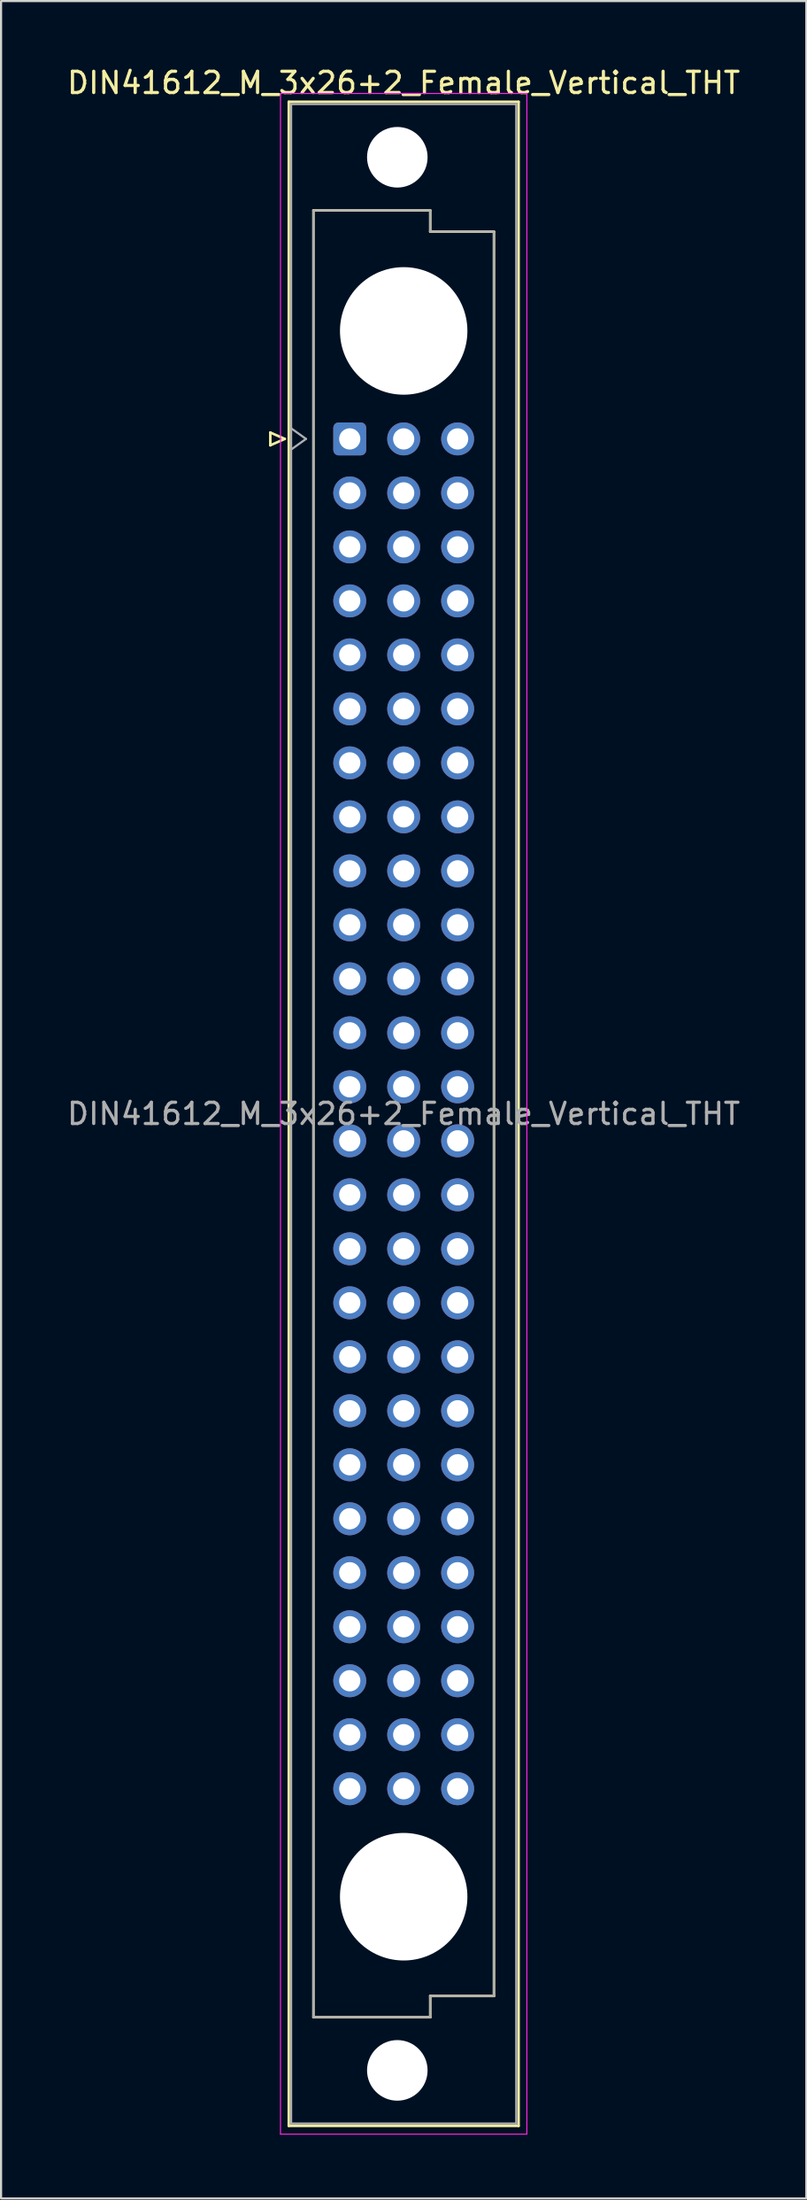
<source format=kicad_pcb>
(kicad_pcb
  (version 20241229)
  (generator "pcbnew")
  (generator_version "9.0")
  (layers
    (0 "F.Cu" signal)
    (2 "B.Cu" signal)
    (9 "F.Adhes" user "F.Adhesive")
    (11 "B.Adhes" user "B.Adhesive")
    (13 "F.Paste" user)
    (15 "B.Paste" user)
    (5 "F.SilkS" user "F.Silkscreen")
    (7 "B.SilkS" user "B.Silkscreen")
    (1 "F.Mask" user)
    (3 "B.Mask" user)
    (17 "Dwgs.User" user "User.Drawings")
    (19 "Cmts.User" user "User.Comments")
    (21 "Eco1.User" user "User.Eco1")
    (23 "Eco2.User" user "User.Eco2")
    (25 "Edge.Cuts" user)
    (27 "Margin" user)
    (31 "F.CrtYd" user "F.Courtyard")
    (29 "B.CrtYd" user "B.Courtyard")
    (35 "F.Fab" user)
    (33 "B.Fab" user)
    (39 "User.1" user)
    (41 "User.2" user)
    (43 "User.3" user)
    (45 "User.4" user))
  (footprint "DIN41612_M_3x26+2_Female_Vertical_THT"
    (layer "F.Cu")
    (at 13.418 9.978)
    (property "Reference" "DIN41612_M_3x26+2_Female_Vertical_THT" (at 2.54 -9.13 0) (layer "F.SilkS") (effects (font (size 1 1) (thickness 0.15))))
    (attr through_hole)
    (fp_line (start -3.74 7.32) (end -3.74 7.92) (stroke (width 0.12) (type solid)) (layer "F.SilkS"))
    (fp_line (start -3.74 7.92) (end -3.06 7.62) (stroke (width 0.12) (type solid)) (layer "F.SilkS"))
    (fp_line (start -3.06 7.62) (end -3.74 7.32) (stroke (width 0.12) (type solid)) (layer "F.SilkS"))
    (fp_line (start -2.87 -8.24) (end 7.95 -8.24) (stroke (width 0.12) (type solid)) (layer "F.SilkS"))
    (fp_line (start -2.87 86.98) (end -2.87 -8.24) (stroke (width 0.12) (type solid)) (layer "F.SilkS"))
    (fp_line (start -1.71 -3.13) (end 3.79 -3.13) (stroke (width 0.12) (type solid)) (layer "F.SilkS"))
    (fp_line (start -1.71 81.87) (end -1.71 -3.13) (stroke (width 0.12) (type solid)) (layer "F.SilkS"))
    (fp_line (start 3.79 -3.13) (end 3.79 -2.13) (stroke (width 0.12) (type solid)) (layer "F.SilkS"))
    (fp_line (start 3.79 -2.13) (end 6.79 -2.13) (stroke (width 0.12) (type solid)) (layer "F.SilkS"))
    (fp_line (start 3.79 80.87) (end 3.79 81.87) (stroke (width 0.12) (type solid)) (layer "F.SilkS"))
    (fp_line (start 3.79 81.87) (end -1.71 81.87) (stroke (width 0.12) (type solid)) (layer "F.SilkS"))
    (fp_line (start 6.79 -2.13) (end 6.79 80.87) (stroke (width 0.12) (type solid)) (layer "F.SilkS"))
    (fp_line (start 6.79 80.87) (end 3.79 80.87) (stroke (width 0.12) (type solid)) (layer "F.SilkS"))
    (fp_line (start 7.95 -8.24) (end 7.95 86.98) (stroke (width 0.12) (type solid)) (layer "F.SilkS"))
    (fp_line (start 7.95 86.98) (end -2.87 86.98) (stroke (width 0.12) (type solid)) (layer "F.SilkS"))
    (fp_line (start -3.26 -8.63) (end 8.34 -8.63) (stroke (width 0.05) (type solid)) (layer "F.CrtYd"))
    (fp_line (start -3.26 87.37) (end -3.26 -8.63) (stroke (width 0.05) (type solid)) (layer "F.CrtYd"))
    (fp_line (start 8.34 -8.63) (end 8.34 87.37) (stroke (width 0.05) (type solid)) (layer "F.CrtYd"))
    (fp_line (start 8.34 87.37) (end -3.26 87.37) (stroke (width 0.05) (type solid)) (layer "F.CrtYd"))
    (fp_line (start -2.76 -8.13) (end 7.84 -8.13) (stroke (width 0.1) (type solid)) (layer "F.Fab"))
    (fp_line (start -2.76 7.12) (end -2.06 7.62) (stroke (width 0.1) (type solid)) (layer "F.Fab"))
    (fp_line (start -2.76 86.87) (end -2.76 -8.13) (stroke (width 0.1) (type solid)) (layer "F.Fab"))
    (fp_line (start -2.06 7.62) (end -2.76 8.12) (stroke (width 0.1) (type solid)) (layer "F.Fab"))
    (fp_line (start -1.71 -3.13) (end 3.79 -3.13) (stroke (width 0.1) (type solid)) (layer "F.Fab"))
    (fp_line (start -1.71 81.87) (end -1.71 -3.13) (stroke (width 0.1) (type solid)) (layer "F.Fab"))
    (fp_line (start 3.79 -3.13) (end 3.79 -2.13) (stroke (width 0.1) (type solid)) (layer "F.Fab"))
    (fp_line (start 3.79 -2.13) (end 6.79 -2.13) (stroke (width 0.1) (type solid)) (layer "F.Fab"))
    (fp_line (start 3.79 80.87) (end 3.79 81.87) (stroke (width 0.1) (type solid)) (layer "F.Fab"))
    (fp_line (start 3.79 81.87) (end -1.71 81.87) (stroke (width 0.1) (type solid)) (layer "F.Fab"))
    (fp_line (start 6.79 -2.13) (end 6.79 80.87) (stroke (width 0.1) (type solid)) (layer "F.Fab"))
    (fp_line (start 6.79 80.87) (end 3.79 80.87) (stroke (width 0.1) (type solid)) (layer "F.Fab"))
    (fp_line (start 7.84 -8.13) (end 7.84 86.87) (stroke (width 0.1) (type solid)) (layer "F.Fab"))
    (fp_line (start 7.84 86.87) (end -2.76 86.87) (stroke (width 0.1) (type solid)) (layer "F.Fab"))
    (fp_text user "${REFERENCE}" (at 2.54 39.37 0) (layer "F.Fab") (effects (font (size 1 1) (thickness 0.15))))
    (pad "" np_thru_hole circle (at 2.24 -5.63) (size 2.85 2.85) (drill 2.85) (layers "*.Cu" "*.Mask"))
    (pad "" np_thru_hole circle (at 2.24 84.37) (size 2.85 2.85) (drill 2.85) (layers "*.Cu" "*.Mask"))
    (pad "" np_thru_hole circle (at 2.54 2.54) (size 6 6) (drill 6) (layers "*.Cu" "*.Mask"))
    (pad "" np_thru_hole circle (at 2.54 76.2) (size 6 6) (drill 6) (layers "*.Cu" "*.Mask"))
    (pad "a4" thru_hole roundrect (at 0 7.62) (size 1.55 1.55) (drill 1) (layers "*.Cu" "*.Mask") (roundrect_rratio 0.161))
    (pad "a5" thru_hole circle (at 0 10.16) (size 1.55 1.55) (drill 1) (layers "*.Cu" "*.Mask"))
    (pad "a6" thru_hole circle (at 0 12.7) (size 1.55 1.55) (drill 1) (layers "*.Cu" "*.Mask"))
    (pad "a7" thru_hole circle (at 0 15.24) (size 1.55 1.55) (drill 1) (layers "*.Cu" "*.Mask"))
    (pad "a8" thru_hole circle (at 0 17.78) (size 1.55 1.55) (drill 1) (layers "*.Cu" "*.Mask"))
    (pad "a9" thru_hole circle (at 0 20.32) (size 1.55 1.55) (drill 1) (layers "*.Cu" "*.Mask"))
    (pad "a10" thru_hole circle (at 0 22.86) (size 1.55 1.55) (drill 1) (layers "*.Cu" "*.Mask"))
    (pad "a11" thru_hole circle (at 0 25.4) (size 1.55 1.55) (drill 1) (layers "*.Cu" "*.Mask"))
    (pad "a12" thru_hole circle (at 0 27.94) (size 1.55 1.55) (drill 1) (layers "*.Cu" "*.Mask"))
    (pad "a13" thru_hole circle (at 0 30.48) (size 1.55 1.55) (drill 1) (layers "*.Cu" "*.Mask"))
    (pad "a14" thru_hole circle (at 0 33.02) (size 1.55 1.55) (drill 1) (layers "*.Cu" "*.Mask"))
    (pad "a15" thru_hole circle (at 0 35.56) (size 1.55 1.55) (drill 1) (layers "*.Cu" "*.Mask"))
    (pad "a16" thru_hole circle (at 0 38.1) (size 1.55 1.55) (drill 1) (layers "*.Cu" "*.Mask"))
    (pad "a17" thru_hole circle (at 0 40.64) (size 1.55 1.55) (drill 1) (layers "*.Cu" "*.Mask"))
    (pad "a18" thru_hole circle (at 0 43.18) (size 1.55 1.55) (drill 1) (layers "*.Cu" "*.Mask"))
    (pad "a19" thru_hole circle (at 0 45.72) (size 1.55 1.55) (drill 1) (layers "*.Cu" "*.Mask"))
    (pad "a20" thru_hole circle (at 0 48.26) (size 1.55 1.55) (drill 1) (layers "*.Cu" "*.Mask"))
    (pad "a21" thru_hole circle (at 0 50.8) (size 1.55 1.55) (drill 1) (layers "*.Cu" "*.Mask"))
    (pad "a22" thru_hole circle (at 0 53.34) (size 1.55 1.55) (drill 1) (layers "*.Cu" "*.Mask"))
    (pad "a23" thru_hole circle (at 0 55.88) (size 1.55 1.55) (drill 1) (layers "*.Cu" "*.Mask"))
    (pad "a24" thru_hole circle (at 0 58.42) (size 1.55 1.55) (drill 1) (layers "*.Cu" "*.Mask"))
    (pad "a25" thru_hole circle (at 0 60.96) (size 1.55 1.55) (drill 1) (layers "*.Cu" "*.Mask"))
    (pad "a26" thru_hole circle (at 0 63.5) (size 1.55 1.55) (drill 1) (layers "*.Cu" "*.Mask"))
    (pad "a27" thru_hole circle (at 0 66.04) (size 1.55 1.55) (drill 1) (layers "*.Cu" "*.Mask"))
    (pad "a28" thru_hole circle (at 0 68.58) (size 1.55 1.55) (drill 1) (layers "*.Cu" "*.Mask"))
    (pad "a29" thru_hole circle (at 0 71.12) (size 1.55 1.55) (drill 1) (layers "*.Cu" "*.Mask"))
    (pad "b4" thru_hole circle (at 2.54 7.62) (size 1.55 1.55) (drill 1) (layers "*.Cu" "*.Mask"))
    (pad "b5" thru_hole circle (at 2.54 10.16) (size 1.55 1.55) (drill 1) (layers "*.Cu" "*.Mask"))
    (pad "b6" thru_hole circle (at 2.54 12.7) (size 1.55 1.55) (drill 1) (layers "*.Cu" "*.Mask"))
    (pad "b7" thru_hole circle (at 2.54 15.24) (size 1.55 1.55) (drill 1) (layers "*.Cu" "*.Mask"))
    (pad "b8" thru_hole circle (at 2.54 17.78) (size 1.55 1.55) (drill 1) (layers "*.Cu" "*.Mask"))
    (pad "b9" thru_hole circle (at 2.54 20.32) (size 1.55 1.55) (drill 1) (layers "*.Cu" "*.Mask"))
    (pad "b10" thru_hole circle (at 2.54 22.86) (size 1.55 1.55) (drill 1) (layers "*.Cu" "*.Mask"))
    (pad "b11" thru_hole circle (at 2.54 25.4) (size 1.55 1.55) (drill 1) (layers "*.Cu" "*.Mask"))
    (pad "b12" thru_hole circle (at 2.54 27.94) (size 1.55 1.55) (drill 1) (layers "*.Cu" "*.Mask"))
    (pad "b13" thru_hole circle (at 2.54 30.48) (size 1.55 1.55) (drill 1) (layers "*.Cu" "*.Mask"))
    (pad "b14" thru_hole circle (at 2.54 33.02) (size 1.55 1.55) (drill 1) (layers "*.Cu" "*.Mask"))
    (pad "b15" thru_hole circle (at 2.54 35.56) (size 1.55 1.55) (drill 1) (layers "*.Cu" "*.Mask"))
    (pad "b16" thru_hole circle (at 2.54 38.1) (size 1.55 1.55) (drill 1) (layers "*.Cu" "*.Mask"))
    (pad "b17" thru_hole circle (at 2.54 40.64) (size 1.55 1.55) (drill 1) (layers "*.Cu" "*.Mask"))
    (pad "b18" thru_hole circle (at 2.54 43.18) (size 1.55 1.55) (drill 1) (layers "*.Cu" "*.Mask"))
    (pad "b19" thru_hole circle (at 2.54 45.72) (size 1.55 1.55) (drill 1) (layers "*.Cu" "*.Mask"))
    (pad "b20" thru_hole circle (at 2.54 48.26) (size 1.55 1.55) (drill 1) (layers "*.Cu" "*.Mask"))
    (pad "b21" thru_hole circle (at 2.54 50.8) (size 1.55 1.55) (drill 1) (layers "*.Cu" "*.Mask"))
    (pad "b22" thru_hole circle (at 2.54 53.34) (size 1.55 1.55) (drill 1) (layers "*.Cu" "*.Mask"))
    (pad "b23" thru_hole circle (at 2.54 55.88) (size 1.55 1.55) (drill 1) (layers "*.Cu" "*.Mask"))
    (pad "b24" thru_hole circle (at 2.54 58.42) (size 1.55 1.55) (drill 1) (layers "*.Cu" "*.Mask"))
    (pad "b25" thru_hole circle (at 2.54 60.96) (size 1.55 1.55) (drill 1) (layers "*.Cu" "*.Mask"))
    (pad "b26" thru_hole circle (at 2.54 63.5) (size 1.55 1.55) (drill 1) (layers "*.Cu" "*.Mask"))
    (pad "b27" thru_hole circle (at 2.54 66.04) (size 1.55 1.55) (drill 1) (layers "*.Cu" "*.Mask"))
    (pad "b28" thru_hole circle (at 2.54 68.58) (size 1.55 1.55) (drill 1) (layers "*.Cu" "*.Mask"))
    (pad "b29" thru_hole circle (at 2.54 71.12) (size 1.55 1.55) (drill 1) (layers "*.Cu" "*.Mask"))
    (pad "c4" thru_hole circle (at 5.08 7.62) (size 1.55 1.55) (drill 1) (layers "*.Cu" "*.Mask"))
    (pad "c5" thru_hole circle (at 5.08 10.16) (size 1.55 1.55) (drill 1) (layers "*.Cu" "*.Mask"))
    (pad "c6" thru_hole circle (at 5.08 12.7) (size 1.55 1.55) (drill 1) (layers "*.Cu" "*.Mask"))
    (pad "c7" thru_hole circle (at 5.08 15.24) (size 1.55 1.55) (drill 1) (layers "*.Cu" "*.Mask"))
    (pad "c8" thru_hole circle (at 5.08 17.78) (size 1.55 1.55) (drill 1) (layers "*.Cu" "*.Mask"))
    (pad "c9" thru_hole circle (at 5.08 20.32) (size 1.55 1.55) (drill 1) (layers "*.Cu" "*.Mask"))
    (pad "c10" thru_hole circle (at 5.08 22.86) (size 1.55 1.55) (drill 1) (layers "*.Cu" "*.Mask"))
    (pad "c11" thru_hole circle (at 5.08 25.4) (size 1.55 1.55) (drill 1) (layers "*.Cu" "*.Mask"))
    (pad "c12" thru_hole circle (at 5.08 27.94) (size 1.55 1.55) (drill 1) (layers "*.Cu" "*.Mask"))
    (pad "c13" thru_hole circle (at 5.08 30.48) (size 1.55 1.55) (drill 1) (layers "*.Cu" "*.Mask"))
    (pad "c14" thru_hole circle (at 5.08 33.02) (size 1.55 1.55) (drill 1) (layers "*.Cu" "*.Mask"))
    (pad "c15" thru_hole circle (at 5.08 35.56) (size 1.55 1.55) (drill 1) (layers "*.Cu" "*.Mask"))
    (pad "c16" thru_hole circle (at 5.08 38.1) (size 1.55 1.55) (drill 1) (layers "*.Cu" "*.Mask"))
    (pad "c17" thru_hole circle (at 5.08 40.64) (size 1.55 1.55) (drill 1) (layers "*.Cu" "*.Mask"))
    (pad "c18" thru_hole circle (at 5.08 43.18) (size 1.55 1.55) (drill 1) (layers "*.Cu" "*.Mask"))
    (pad "c19" thru_hole circle (at 5.08 45.72) (size 1.55 1.55) (drill 1) (layers "*.Cu" "*.Mask"))
    (pad "c20" thru_hole circle (at 5.08 48.26) (size 1.55 1.55) (drill 1) (layers "*.Cu" "*.Mask"))
    (pad "c21" thru_hole circle (at 5.08 50.8) (size 1.55 1.55) (drill 1) (layers "*.Cu" "*.Mask"))
    (pad "c22" thru_hole circle (at 5.08 53.34) (size 1.55 1.55) (drill 1) (layers "*.Cu" "*.Mask"))
    (pad "c23" thru_hole circle (at 5.08 55.88) (size 1.55 1.55) (drill 1) (layers "*.Cu" "*.Mask"))
    (pad "c24" thru_hole circle (at 5.08 58.42) (size 1.55 1.55) (drill 1) (layers "*.Cu" "*.Mask"))
    (pad "c25" thru_hole circle (at 5.08 60.96) (size 1.55 1.55) (drill 1) (layers "*.Cu" "*.Mask"))
    (pad "c26" thru_hole circle (at 5.08 63.5) (size 1.55 1.55) (drill 1) (layers "*.Cu" "*.Mask"))
    (pad "c27" thru_hole circle (at 5.08 66.04) (size 1.55 1.55) (drill 1) (layers "*.Cu" "*.Mask"))
    (pad "c28" thru_hole circle (at 5.08 68.58) (size 1.55 1.55) (drill 1) (layers "*.Cu" "*.Mask"))
    (pad "c29" thru_hole circle (at 5.08 71.12) (size 1.55 1.55) (drill 1) (layers "*.Cu" "*.Mask")))
  (gr_rect
    (start -3 -3)
    (end 34.917 100.373)
    (stroke (width 0.1) (type default))
    (fill no)
    (layer "Edge.Cuts")))
</source>
